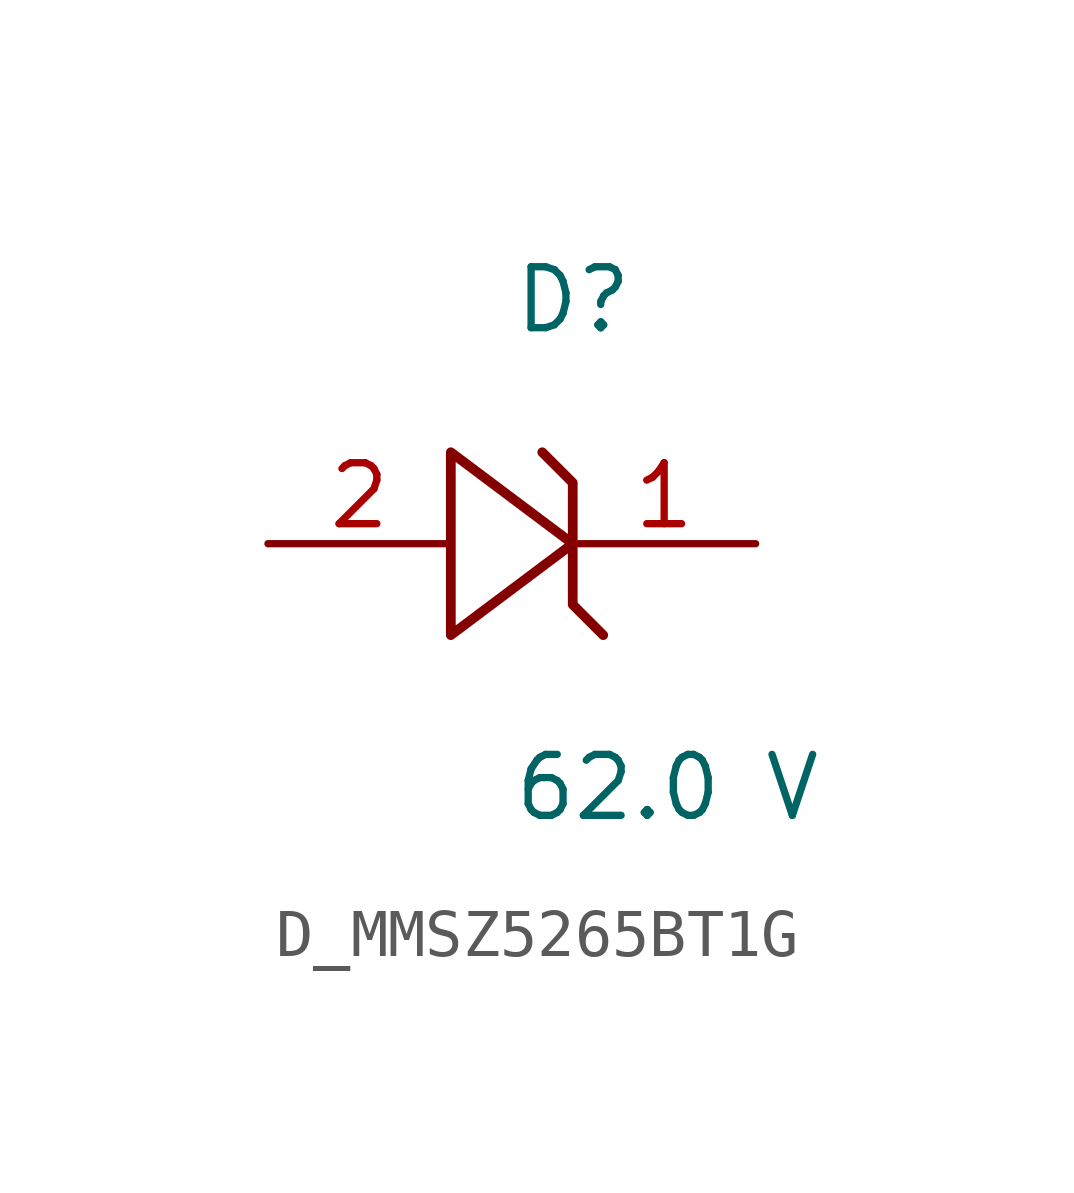
<source format=kicad_sym>
(kicad_symbol_lib
  (version 20231120)
  (generator kicad_symbol_editor)
  (generator_version 8.0)
  (symbol "D_MMSZ5265BT1G"
    (pin_names
      (offset 0.254))
    (property "Reference" "D"
      (at 0.0 5.08 0)
      (effects (font (size 1.27 1.27)) (justify left)))
    (property "Value" "62.0 V"
      (at 0.0 -5.08 0)
      (effects (font (size 1.27 1.27)) (justify left)))
    (symbol "D_MMSZ5265BT1G_1_0"
      (polyline (pts (xy 0.635 1.905) (xy 1.27 1.27) (xy 1.27 0) (xy -1.27 1.905) (xy -1.27 -1.905) (xy 1.27 0) (xy 1.27 -1.27) (xy 1.905 -1.905)) (stroke (width 0.203) (type default)) (fill (type none)))
      (pin unspecified line (at 5.08 0 180) (length 3.81) (name "" (effects (font (size 1.27 1.27)))) (number "1" (effects (font (size 1.27 1.27)))))
      (pin unspecified line (at -5.08 0 0) (length 3.81) (name "" (effects (font (size 1.27 1.27)))) (number "2" (effects (font (size 1.27 1.27))))))))
</source>
